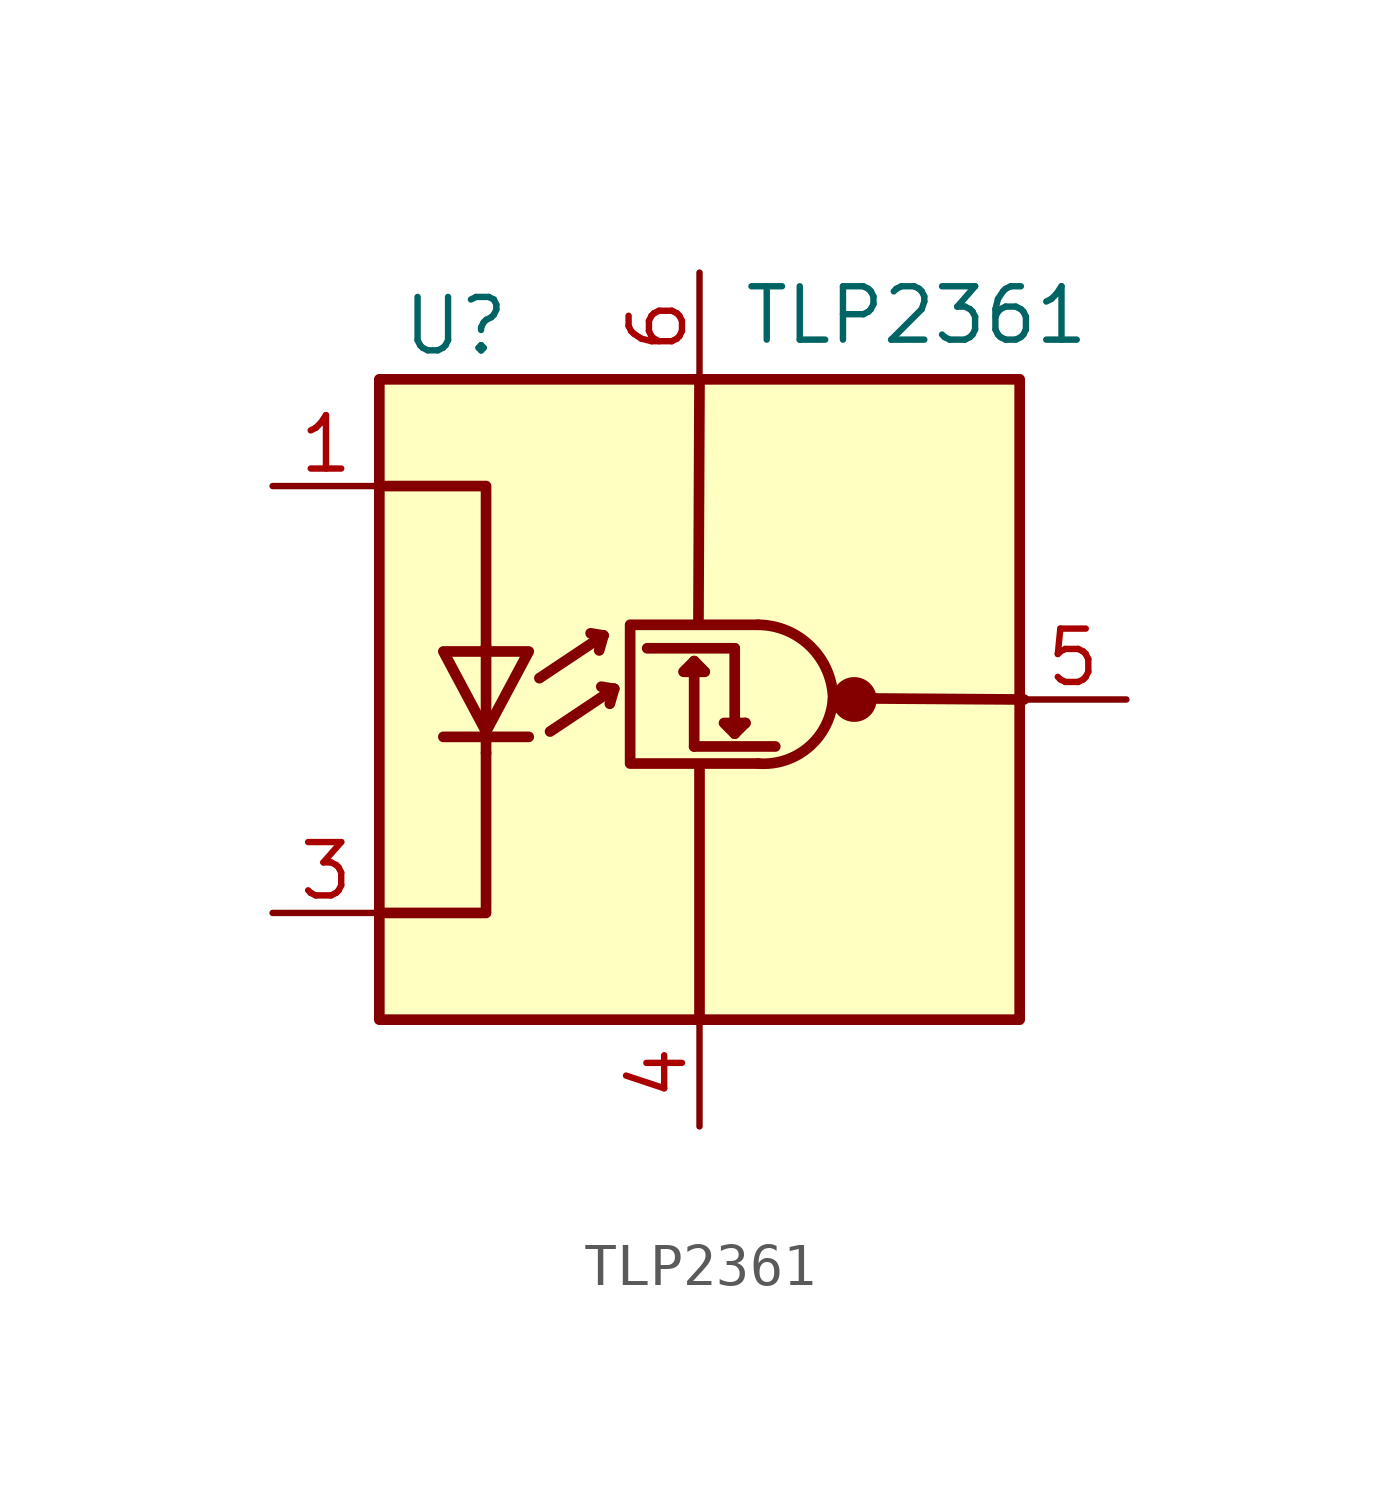
<source format=kicad_sym>
(kicad_symbol_lib
  (version 20231120)
  (generator "kicad_symbol_editor")
  (generator_version "8.0")
  (symbol "TLP2361"
    (pin_names
      (offset 1.016) hide)
    (property "Reference" "U"
      (at -7.112 8.89 0)
      (effects (font (size 1.27 1.27)) (justify left)))
    (property "Value" "TLP2361"
      (at 1.016 9.144 0)
      (effects (font (size 1.27 1.27)) (justify left)))
    (symbol "TLP2361_0_1"
      (rectangle (start -7.62 7.62) (end 7.62 -7.62) (stroke (width 0.254) (type default)) (fill (type background)))
      (polyline (pts (xy -6.096 -0.889) (xy -4.064 -0.889)) (stroke (width 0.254) (type default)) (fill (type none)))
      (polyline (pts (xy -5.08 -1.27) (xy -5.08 -0.762)) (stroke (width 0.254) (type default)) (fill (type none)))
      (polyline (pts (xy -5.08 1.27) (xy -5.08 -0.762)) (stroke (width 0.254) (type default)) (fill (type none)))
      (polyline (pts (xy -3.81 0.508) (xy -2.286 1.524)) (stroke (width 0.254) (type default)) (fill (type none)))
      (polyline (pts (xy -3.556 -0.762) (xy -2.032 0.254)) (stroke (width 0.254) (type default)) (fill (type none)))
      (polyline (pts (xy -2.286 1.524) (xy -2.591 1.575)) (stroke (width 0.254) (type default)) (fill (type none)))
      (polyline (pts (xy -2.286 1.524) (xy -2.388 1.168)) (stroke (width 0.254) (type default)) (fill (type none)))
      (polyline (pts (xy -2.032 0.254) (xy -2.337 0.305)) (stroke (width 0.254) (type default)) (fill (type none)))
      (polyline (pts (xy -2.032 0.254) (xy -2.134 -0.102)) (stroke (width 0.254) (type default)) (fill (type none)))
      (polyline (pts (xy -0.127 -1.118) (xy 1.803 -1.118)) (stroke (width 0.254) (type default)) (fill (type none)))
      (polyline (pts (xy -0.127 0.914) (xy -0.127 -1.118)) (stroke (width 0.254) (type default)) (fill (type none)))
      (polyline (pts (xy 0 -7.595) (xy 0 -1.575)) (stroke (width 0.254) (type default)) (fill (type none)))
      (polyline (pts (xy 0 7.645) (xy -0.025 1.829)) (stroke (width 0.254) (type default)) (fill (type none)))
      (polyline (pts (xy 0.838 1.219) (xy -1.245 1.219)) (stroke (width 0.254) (type default)) (fill (type none)))
      (polyline (pts (xy 4.064 0.025) (xy 7.722 0)) (stroke (width 0.254) (type default)) (fill (type none)))
      (polyline (pts (xy -7.62 -5.08) (xy -5.08 -5.08) (xy -5.08 -1.27)) (stroke (width 0.254) (type default)) (fill (type none)))
      (polyline (pts (xy -5.08 1.27) (xy -5.08 5.08) (xy -7.62 5.08)) (stroke (width 0.254) (type default)) (fill (type none)))
      (polyline (pts (xy 0.838 -0.813) (xy 0.584 -0.559) (xy 1.092 -0.559)) (stroke (width 0.254) (type default)) (fill (type none)))
      (polyline (pts (xy 0.838 1.219) (xy 0.838 -0.813) (xy 1.092 -0.559)) (stroke (width 0.254) (type default)) (fill (type none)))
      (polyline (pts (xy -6.096 1.143) (xy -4.064 1.143) (xy -5.08 -0.762) (xy -6.096 1.143)) (stroke (width 0.254) (type default)) (fill (type none)))
      (polyline (pts (xy -0.127 0.914) (xy -0.381 0.66) (xy 0.127 0.66) (xy -0.127 0.914)) (stroke (width 0.254) (type default)) (fill (type none)))
      (polyline (pts (xy 1.397 1.778) (xy -1.651 1.778) (xy -1.651 -1.524) (xy 1.397 -1.524)) (stroke (width 0.254) (type default)) (fill (type none)))
      (arc (start 1.397 -1.524) (mid 2.6016 -1.1302) (end 3.175 0) (stroke (width 0.254) (type default)) (fill (type none)))
      (arc (start 3.175 0) (mid 2.6489 1.2519) (end 1.397 1.778) (stroke (width 0.254) (type default)) (fill (type none)))
      (circle (center 3.683 0) (radius 0.457) (stroke (width 0) (type default)) (fill (type outline))))
    (symbol "TLP2361_1_1"
      (pin passive line (at -10.16 5.08 0) (length 2.54) (name "A" (effects (font (size 1.27 1.27)))) (number "1" (effects (font (size 1.27 1.27)))))
      (pin no_connect line (at -7.62 0 0) (length 2.54) hide (name "NC" (effects (font (size 1.27 1.27)))) (number "2" (effects (font (size 1.27 1.27)))))
      (pin passive line (at -10.16 -5.08 0) (length 2.54) (name "K" (effects (font (size 1.27 1.27)))) (number "3" (effects (font (size 1.27 1.27)))))
      (pin power_in line (at 0 -10.16 90) (length 2.54) (name "GND" (effects (font (size 1.27 1.27)))) (number "4" (effects (font (size 1.27 1.27)))))
      (pin output line (at 10.16 0 180) (length 2.54) (name "VO" (effects (font (size 1.27 1.27)))) (number "5" (effects (font (size 1.27 1.27)))))
      (pin power_in line (at 0 10.16 270) (length 2.54) (name "VDD" (effects (font (size 1.27 1.27)))) (number "6" (effects (font (size 1.27 1.27))))))))
</source>
